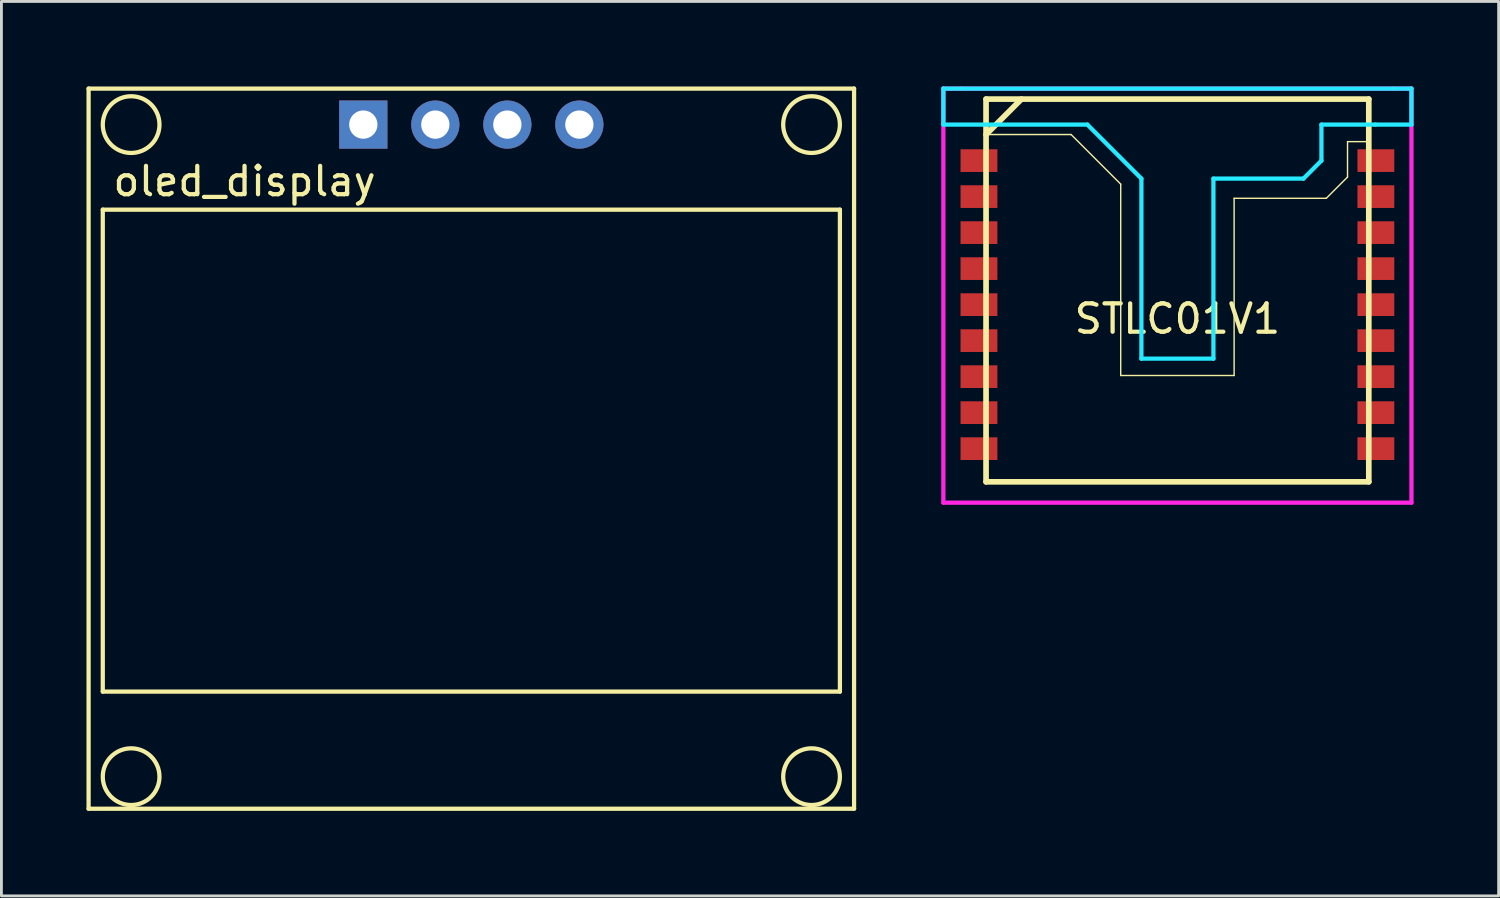
<source format=kicad_pcb>
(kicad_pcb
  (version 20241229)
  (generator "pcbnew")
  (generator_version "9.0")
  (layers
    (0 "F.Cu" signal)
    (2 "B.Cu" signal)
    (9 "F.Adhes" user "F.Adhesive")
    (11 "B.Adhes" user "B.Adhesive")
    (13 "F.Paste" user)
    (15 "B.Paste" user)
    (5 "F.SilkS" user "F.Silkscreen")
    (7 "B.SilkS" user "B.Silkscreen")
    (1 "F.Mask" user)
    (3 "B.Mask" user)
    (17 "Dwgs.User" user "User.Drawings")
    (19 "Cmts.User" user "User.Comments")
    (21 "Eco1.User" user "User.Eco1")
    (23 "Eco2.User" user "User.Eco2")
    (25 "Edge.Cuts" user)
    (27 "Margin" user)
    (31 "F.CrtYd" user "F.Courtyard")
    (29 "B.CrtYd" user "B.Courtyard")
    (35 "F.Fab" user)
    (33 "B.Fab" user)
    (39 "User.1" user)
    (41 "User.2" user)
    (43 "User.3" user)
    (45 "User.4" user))
  (footprint "STLC01V1"
    (layer "F.Cu")
    (at 38.48 7.695)
    (property "Reference" "STLC01V1" (at 0 0.5 0) (layer "F.SilkS") (effects (font (size 1 1) (thickness 0.15))))
    (attr through_hole)
    (fp_line (start -6.75 -7.25) (end 6.75 -7.25) (stroke (width 0.2) (type solid)) (layer "F.SilkS"))
    (fp_line (start -6.75 -6) (end -5.5 -7.25) (stroke (width 0.2) (type solid)) (layer "F.SilkS"))
    (fp_line (start -6.75 -6) (end -3.75 -6) (stroke (width 0.05) (type solid)) (layer "F.SilkS"))
    (fp_line (start -6.75 6.25) (end -6.75 -7.25) (stroke (width 0.2) (type solid)) (layer "F.SilkS"))
    (fp_line (start -3.75 -6) (end -2 -4.25) (stroke (width 0.05) (type solid)) (layer "F.SilkS"))
    (fp_line (start -2 -4.25) (end -2 2.5) (stroke (width 0.05) (type solid)) (layer "F.SilkS"))
    (fp_line (start -2 2.5) (end 2 2.5) (stroke (width 0.05) (type solid)) (layer "F.SilkS"))
    (fp_line (start 2 -3.75) (end 5.25 -3.75) (stroke (width 0.05) (type solid)) (layer "F.SilkS"))
    (fp_line (start 2 2.5) (end 2 -3.75) (stroke (width 0.05) (type solid)) (layer "F.SilkS"))
    (fp_line (start 5.25 -3.75) (end 6 -4.5) (stroke (width 0.05) (type solid)) (layer "F.SilkS"))
    (fp_line (start 6 -5.75) (end 6.75 -5.75) (stroke (width 0.05) (type solid)) (layer "F.SilkS"))
    (fp_line (start 6 -4.5) (end 6 -5.75) (stroke (width 0.05) (type solid)) (layer "F.SilkS"))
    (fp_line (start 6.75 -7.25) (end 6.75 6.25) (stroke (width 0.2) (type solid)) (layer "F.SilkS"))
    (fp_line (start 6.75 6.25) (end -6.75 6.25) (stroke (width 0.2) (type solid)) (layer "F.SilkS"))
    (fp_line (start -8.255 -7.62) (end -8.255 -6.35) (stroke (width 0.15) (type solid)) (layer "B.CrtYd"))
    (fp_line (start -8.255 -6.35) (end -3.175 -6.35) (stroke (width 0.15) (type solid)) (layer "B.CrtYd"))
    (fp_line (start -3.175 -6.35) (end -1.27 -4.445) (stroke (width 0.15) (type solid)) (layer "B.CrtYd"))
    (fp_line (start -1.27 -4.445) (end -1.27 1.905) (stroke (width 0.15) (type solid)) (layer "B.CrtYd"))
    (fp_line (start -1.27 1.905) (end 1.27 1.905) (stroke (width 0.15) (type solid)) (layer "B.CrtYd"))
    (fp_line (start 1.27 -4.445) (end 4.445 -4.445) (stroke (width 0.15) (type solid)) (layer "B.CrtYd"))
    (fp_line (start 1.27 1.905) (end 1.27 -4.445) (stroke (width 0.15) (type solid)) (layer "B.CrtYd"))
    (fp_line (start 4.445 -4.445) (end 5.08 -5.08) (stroke (width 0.15) (type solid)) (layer "B.CrtYd"))
    (fp_line (start 5.08 -6.35) (end 6.985 -6.35) (stroke (width 0.15) (type solid)) (layer "B.CrtYd"))
    (fp_line (start 5.08 -5.08) (end 5.08 -6.35) (stroke (width 0.15) (type solid)) (layer "B.CrtYd"))
    (fp_line (start 6.985 -6.35) (end 8.255 -6.35) (stroke (width 0.15) (type solid)) (layer "B.CrtYd"))
    (fp_line (start 8.255 -7.62) (end -8.255 -7.62) (stroke (width 0.15) (type solid)) (layer "B.CrtYd"))
    (fp_line (start 8.255 -6.35) (end 8.255 -7.62) (stroke (width 0.15) (type solid)) (layer "B.CrtYd"))
    (fp_line (start -8.255 -7.62) (end -8.255 6.985) (stroke (width 0.15) (type solid)) (layer "F.CrtYd"))
    (fp_line (start -8.255 6.985) (end 8.255 6.985) (stroke (width 0.15) (type solid)) (layer "F.CrtYd"))
    (fp_line (start -7.62 -7.62) (end -8.255 -7.62) (stroke (width 0.15) (type solid)) (layer "F.CrtYd"))
    (fp_line (start -7.62 -7.62) (end 7.62 -7.62) (stroke (width 0.15) (type solid)) (layer "F.CrtYd"))
    (fp_line (start 8.255 -7.62) (end 7.62 -7.62) (stroke (width 0.15) (type solid)) (layer "F.CrtYd"))
    (fp_line (start 8.255 6.985) (end 8.255 -7.62) (stroke (width 0.15) (type solid)) (layer "F.CrtYd"))
    (pad "1" smd rect (at -7 -5.08) (size 1.3 0.8) (layers "F.Cu" "F.Mask" "F.Paste"))
    (pad "2" smd rect (at -7 -3.81) (size 1.3 0.8) (layers "F.Cu" "F.Mask" "F.Paste"))
    (pad "3" smd rect (at -7 -2.54) (size 1.3 0.8) (layers "F.Cu" "F.Mask" "F.Paste"))
    (pad "4" smd rect (at -7 -1.27) (size 1.3 0.8) (layers "F.Cu" "F.Mask" "F.Paste"))
    (pad "5" smd rect (at -7 0) (size 1.3 0.8) (layers "F.Cu" "F.Mask" "F.Paste"))
    (pad "6" smd rect (at -7 1.27) (size 1.3 0.8) (layers "F.Cu" "F.Mask" "F.Paste"))
    (pad "7" smd rect (at -7 2.54) (size 1.3 0.8) (layers "F.Cu" "F.Mask" "F.Paste"))
    (pad "8" smd rect (at -7 3.81) (size 1.3 0.8) (layers "F.Cu" "F.Mask" "F.Paste"))
    (pad "9" smd rect (at -7 5.08) (size 1.3 0.8) (layers "F.Cu" "F.Mask" "F.Paste"))
    (pad "10" smd rect (at 7 5.08) (size 1.3 0.8) (layers "F.Cu" "F.Mask" "F.Paste"))
    (pad "11" smd rect (at 7 3.81) (size 1.3 0.8) (layers "F.Cu" "F.Mask" "F.Paste"))
    (pad "12" smd rect (at 7 2.54) (size 1.3 0.8) (layers "F.Cu" "F.Mask" "F.Paste"))
    (pad "13" smd rect (at 7 1.27) (size 1.3 0.8) (layers "F.Cu" "F.Mask" "F.Paste"))
    (pad "14" smd rect (at 7 0) (size 1.3 0.8) (layers "F.Cu" "F.Mask" "F.Paste"))
    (pad "15" smd rect (at 7 -1.27) (size 1.3 0.8) (layers "F.Cu" "F.Mask" "F.Paste"))
    (pad "16" smd rect (at 7 -2.54) (size 1.3 0.8) (layers "F.Cu" "F.Mask" "F.Paste"))
    (pad "17" smd rect (at 7 -3.81) (size 1.3 0.8) (layers "F.Cu" "F.Mask" "F.Paste"))
    (pad "18" smd rect (at 7 -5.08) (size 1.3 0.8) (layers "F.Cu" "F.Mask" "F.Paste")))
  (footprint "oled_display"
    (layer "F.Cu")
    (at 13.575 1.345)
    (property "Reference" "oled_display" (at -8 2 180) (layer "F.SilkS") (effects (font (size 1 1) (thickness 0.15))))
    (attr through_hole)
    (fp_line (start -13.5 -1.27) (end -13.5 24.13) (stroke (width 0.15) (type solid)) (layer "F.SilkS"))
    (fp_line (start -13.5 24.13) (end 13.5 24.13) (stroke (width 0.15) (type solid)) (layer "F.SilkS"))
    (fp_line (start -13 3) (end 13 3) (stroke (width 0.15) (type solid)) (layer "F.SilkS"))
    (fp_line (start -13 20) (end -13 3) (stroke (width 0.15) (type solid)) (layer "F.SilkS"))
    (fp_line (start 13 3) (end 13 20) (stroke (width 0.15) (type solid)) (layer "F.SilkS"))
    (fp_line (start 13 20) (end -13 20) (stroke (width 0.15) (type solid)) (layer "F.SilkS"))
    (fp_line (start 13.5 -1.27) (end -13.5 -1.27) (stroke (width 0.15) (type solid)) (layer "F.SilkS"))
    (fp_line (start 13.5 24.13) (end 13.5 -1.27) (stroke (width 0.15) (type solid)) (layer "F.SilkS"))
    (fp_circle (center -12 0) (end -12 -1) (stroke (width 0.15) (type solid)) (fill no) (layer "F.SilkS"))
    (fp_circle (center -12 23) (end -12 24) (stroke (width 0.15) (type solid)) (fill no) (layer "F.SilkS"))
    (fp_circle (center 12 0) (end 12 -1) (stroke (width 0.15) (type solid)) (fill no) (layer "F.SilkS"))
    (fp_circle (center 12 23) (end 12 24) (stroke (width 0.15) (type solid)) (fill no) (layer "F.SilkS"))
    (fp_line (start -4.215 -0.005) (end -3.575 -0.005) (stroke (width 0.1) (type solid)) (layer "F.Fab"))
    (fp_line (start -1.675 -0.005) (end -1.035 -0.005) (stroke (width 0.1) (type solid)) (layer "F.Fab"))
    (fp_line (start 0.865 -0.005) (end 1.505 -0.005) (stroke (width 0.1) (type solid)) (layer "F.Fab"))
    (fp_line (start 3.405 -0.005) (end 4.045 -0.005) (stroke (width 0.1) (type solid)) (layer "F.Fab"))
    (pad "1" thru_hole rect (at -3.81 0 90) (size 1.7 1.7) (drill 1) (layers "*.Cu" "*.Mask"))
    (pad "2" thru_hole oval (at -1.27 0 90) (size 1.7 1.7) (drill 1) (layers "*.Cu" "*.Mask"))
    (pad "3" thru_hole oval (at 1.27 0 90) (size 1.7 1.7) (drill 1) (layers "*.Cu" "*.Mask"))
    (pad "4" thru_hole oval (at 3.81 0 90) (size 1.7 1.7) (drill 1) (layers "*.Cu" "*.Mask")))
  (gr_rect
    (start -3 -3)
    (end 49.81 28.55)
    (stroke (width 0.1) (type default))
    (fill no)
    (layer "Edge.Cuts")))
</source>
